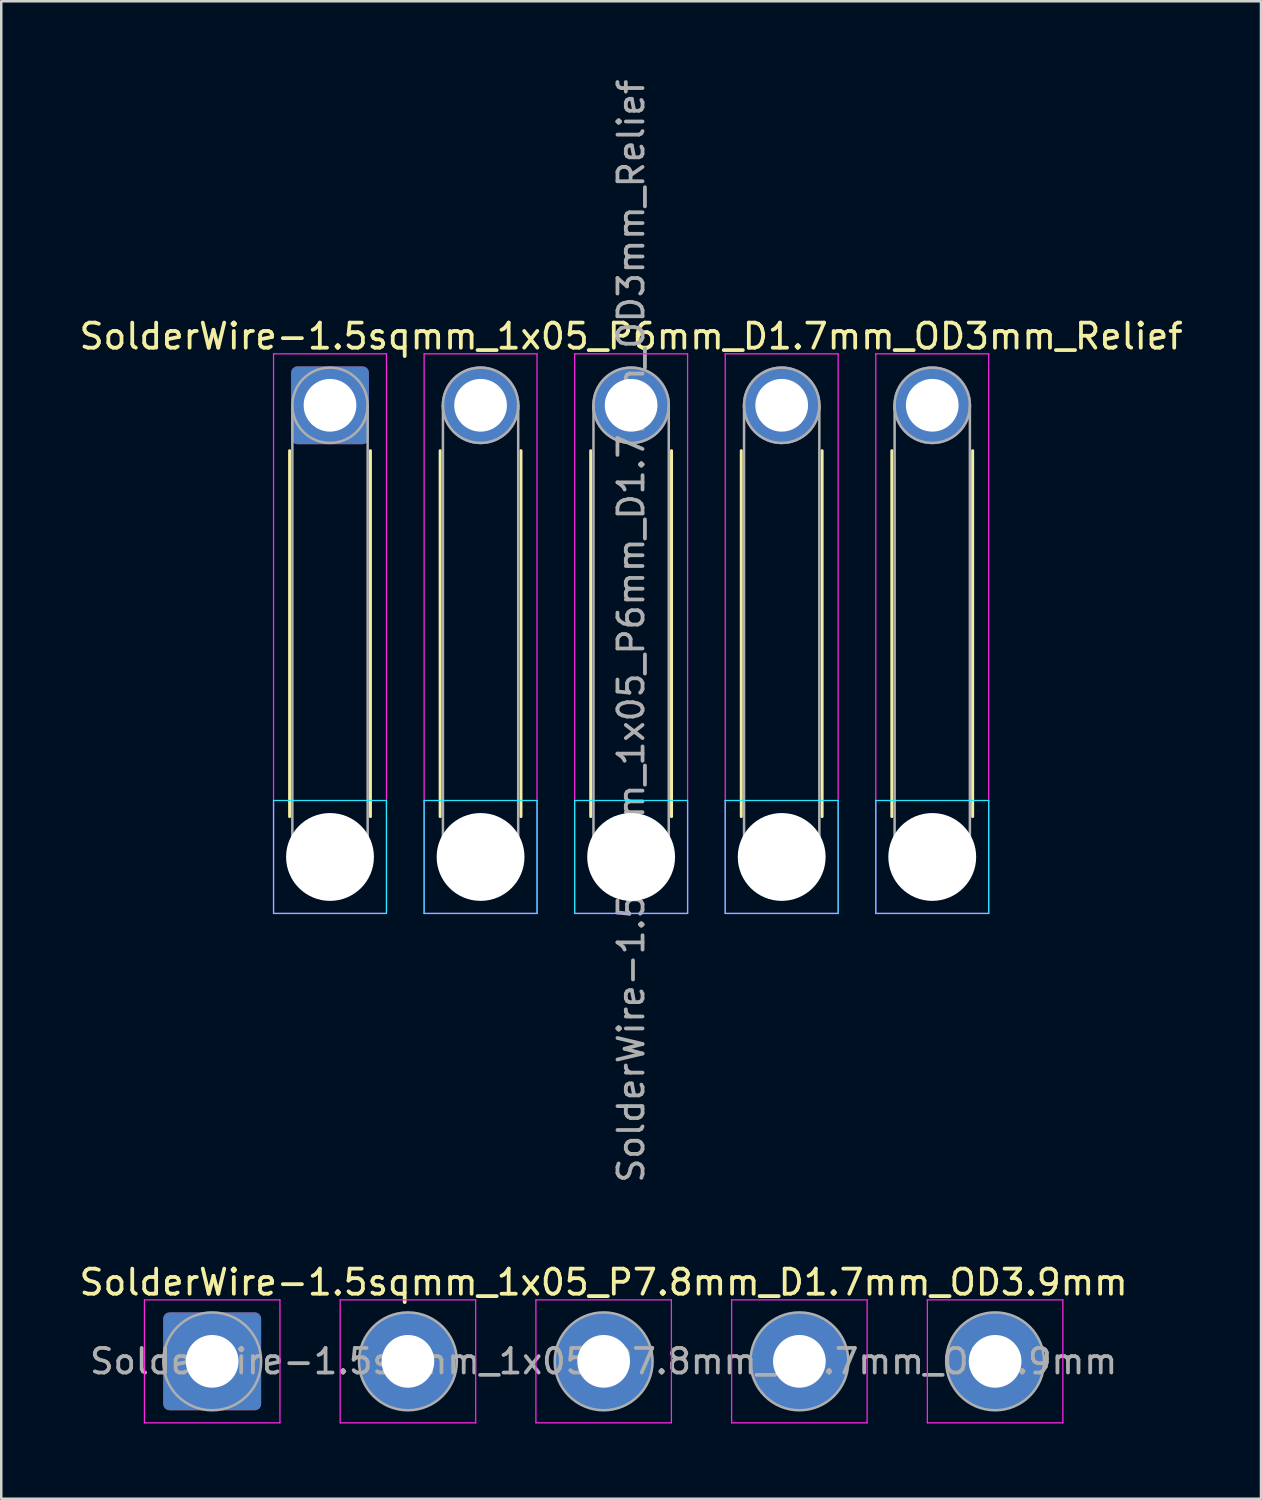
<source format=kicad_pcb>
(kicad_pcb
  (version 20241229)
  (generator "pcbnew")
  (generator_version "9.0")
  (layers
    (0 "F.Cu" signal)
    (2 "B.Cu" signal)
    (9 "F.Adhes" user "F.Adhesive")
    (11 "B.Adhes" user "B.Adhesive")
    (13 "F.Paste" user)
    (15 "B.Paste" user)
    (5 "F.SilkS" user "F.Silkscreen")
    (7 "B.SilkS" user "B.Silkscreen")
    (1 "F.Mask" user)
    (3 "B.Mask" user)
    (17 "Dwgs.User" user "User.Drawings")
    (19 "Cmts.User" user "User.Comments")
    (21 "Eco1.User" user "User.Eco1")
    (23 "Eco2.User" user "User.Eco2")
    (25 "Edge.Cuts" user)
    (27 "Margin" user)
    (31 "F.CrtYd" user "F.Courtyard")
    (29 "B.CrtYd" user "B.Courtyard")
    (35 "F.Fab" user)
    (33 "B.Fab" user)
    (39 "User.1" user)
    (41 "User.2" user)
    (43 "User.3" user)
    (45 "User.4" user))
  (footprint "SolderWire-1.5sqmm_1x05_P6mm_D1.7mm_OD3mm_Relief"
    (layer "F.Cu")
    (at 10.101 13.101)
    (property "Reference" "SolderWire-1.5sqmm_1x05_P6mm_D1.7mm_OD3mm_Relief" (at 12 -2.75 0) (layer "F.SilkS") (effects (font (size 1 1) (thickness 0.15))))
    (attr exclude_from_pos_files exclude_from_bom)
    (fp_line (start -1.61 1.81) (end -1.61 16.39) (stroke (width 0.12) (type solid)) (layer "F.SilkS"))
    (fp_line (start 1.61 1.81) (end 1.61 16.39) (stroke (width 0.12) (type solid)) (layer "F.SilkS"))
    (fp_line (start 4.39 1.81) (end 4.39 16.39) (stroke (width 0.12) (type solid)) (layer "F.SilkS"))
    (fp_line (start 7.61 1.81) (end 7.61 16.39) (stroke (width 0.12) (type solid)) (layer "F.SilkS"))
    (fp_line (start 10.39 1.81) (end 10.39 16.39) (stroke (width 0.12) (type solid)) (layer "F.SilkS"))
    (fp_line (start 13.61 1.81) (end 13.61 16.39) (stroke (width 0.12) (type solid)) (layer "F.SilkS"))
    (fp_line (start 16.39 1.81) (end 16.39 16.39) (stroke (width 0.12) (type solid)) (layer "F.SilkS"))
    (fp_line (start 19.61 1.81) (end 19.61 16.39) (stroke (width 0.12) (type solid)) (layer "F.SilkS"))
    (fp_line (start 22.39 1.81) (end 22.39 16.39) (stroke (width 0.12) (type solid)) (layer "F.SilkS"))
    (fp_line (start 25.61 1.81) (end 25.61 16.39) (stroke (width 0.12) (type solid)) (layer "F.SilkS"))
    (fp_line (start -2.25 15.75) (end -2.25 20.25) (stroke (width 0.05) (type solid)) (layer "B.CrtYd"))
    (fp_line (start -2.25 20.25) (end 2.25 20.25) (stroke (width 0.05) (type solid)) (layer "B.CrtYd"))
    (fp_line (start 2.25 15.75) (end -2.25 15.75) (stroke (width 0.05) (type solid)) (layer "B.CrtYd"))
    (fp_line (start 2.25 20.25) (end 2.25 15.75) (stroke (width 0.05) (type solid)) (layer "B.CrtYd"))
    (fp_line (start 3.75 15.75) (end 3.75 20.25) (stroke (width 0.05) (type solid)) (layer "B.CrtYd"))
    (fp_line (start 3.75 20.25) (end 8.25 20.25) (stroke (width 0.05) (type solid)) (layer "B.CrtYd"))
    (fp_line (start 8.25 15.75) (end 3.75 15.75) (stroke (width 0.05) (type solid)) (layer "B.CrtYd"))
    (fp_line (start 8.25 20.25) (end 8.25 15.75) (stroke (width 0.05) (type solid)) (layer "B.CrtYd"))
    (fp_line (start 9.75 15.75) (end 9.75 20.25) (stroke (width 0.05) (type solid)) (layer "B.CrtYd"))
    (fp_line (start 9.75 20.25) (end 14.25 20.25) (stroke (width 0.05) (type solid)) (layer "B.CrtYd"))
    (fp_line (start 14.25 15.75) (end 9.75 15.75) (stroke (width 0.05) (type solid)) (layer "B.CrtYd"))
    (fp_line (start 14.25 20.25) (end 14.25 15.75) (stroke (width 0.05) (type solid)) (layer "B.CrtYd"))
    (fp_line (start 15.75 15.75) (end 15.75 20.25) (stroke (width 0.05) (type solid)) (layer "B.CrtYd"))
    (fp_line (start 15.75 20.25) (end 20.25 20.25) (stroke (width 0.05) (type solid)) (layer "B.CrtYd"))
    (fp_line (start 20.25 15.75) (end 15.75 15.75) (stroke (width 0.05) (type solid)) (layer "B.CrtYd"))
    (fp_line (start 20.25 20.25) (end 20.25 15.75) (stroke (width 0.05) (type solid)) (layer "B.CrtYd"))
    (fp_line (start 21.75 15.75) (end 21.75 20.25) (stroke (width 0.05) (type solid)) (layer "B.CrtYd"))
    (fp_line (start 21.75 20.25) (end 26.25 20.25) (stroke (width 0.05) (type solid)) (layer "B.CrtYd"))
    (fp_line (start 26.25 15.75) (end 21.75 15.75) (stroke (width 0.05) (type solid)) (layer "B.CrtYd"))
    (fp_line (start 26.25 20.25) (end 26.25 15.75) (stroke (width 0.05) (type solid)) (layer "B.CrtYd"))
    (fp_line (start -2.25 -2.05) (end -2.25 20.25) (stroke (width 0.05) (type solid)) (layer "F.CrtYd"))
    (fp_line (start -2.25 20.25) (end 2.25 20.25) (stroke (width 0.05) (type solid)) (layer "F.CrtYd"))
    (fp_line (start 2.25 -2.05) (end -2.25 -2.05) (stroke (width 0.05) (type solid)) (layer "F.CrtYd"))
    (fp_line (start 2.25 20.25) (end 2.25 -2.05) (stroke (width 0.05) (type solid)) (layer "F.CrtYd"))
    (fp_line (start 3.75 -2.05) (end 3.75 20.25) (stroke (width 0.05) (type solid)) (layer "F.CrtYd"))
    (fp_line (start 3.75 20.25) (end 8.25 20.25) (stroke (width 0.05) (type solid)) (layer "F.CrtYd"))
    (fp_line (start 8.25 -2.05) (end 3.75 -2.05) (stroke (width 0.05) (type solid)) (layer "F.CrtYd"))
    (fp_line (start 8.25 20.25) (end 8.25 -2.05) (stroke (width 0.05) (type solid)) (layer "F.CrtYd"))
    (fp_line (start 9.75 -2.05) (end 9.75 20.25) (stroke (width 0.05) (type solid)) (layer "F.CrtYd"))
    (fp_line (start 9.75 20.25) (end 14.25 20.25) (stroke (width 0.05) (type solid)) (layer "F.CrtYd"))
    (fp_line (start 14.25 -2.05) (end 9.75 -2.05) (stroke (width 0.05) (type solid)) (layer "F.CrtYd"))
    (fp_line (start 14.25 20.25) (end 14.25 -2.05) (stroke (width 0.05) (type solid)) (layer "F.CrtYd"))
    (fp_line (start 15.75 -2.05) (end 15.75 20.25) (stroke (width 0.05) (type solid)) (layer "F.CrtYd"))
    (fp_line (start 15.75 20.25) (end 20.25 20.25) (stroke (width 0.05) (type solid)) (layer "F.CrtYd"))
    (fp_line (start 20.25 -2.05) (end 15.75 -2.05) (stroke (width 0.05) (type solid)) (layer "F.CrtYd"))
    (fp_line (start 20.25 20.25) (end 20.25 -2.05) (stroke (width 0.05) (type solid)) (layer "F.CrtYd"))
    (fp_line (start 21.75 -2.05) (end 21.75 20.25) (stroke (width 0.05) (type solid)) (layer "F.CrtYd"))
    (fp_line (start 21.75 20.25) (end 26.25 20.25) (stroke (width 0.05) (type solid)) (layer "F.CrtYd"))
    (fp_line (start 26.25 -2.05) (end 21.75 -2.05) (stroke (width 0.05) (type solid)) (layer "F.CrtYd"))
    (fp_line (start 26.25 20.25) (end 26.25 -2.05) (stroke (width 0.05) (type solid)) (layer "F.CrtYd"))
    (fp_line (start -1.5 0) (end -1.5 18) (stroke (width 0.1) (type solid)) (layer "F.Fab"))
    (fp_line (start 1.5 0) (end 1.5 18) (stroke (width 0.1) (type solid)) (layer "F.Fab"))
    (fp_line (start 4.5 0) (end 4.5 18) (stroke (width 0.1) (type solid)) (layer "F.Fab"))
    (fp_line (start 7.5 0) (end 7.5 18) (stroke (width 0.1) (type solid)) (layer "F.Fab"))
    (fp_line (start 10.5 0) (end 10.5 18) (stroke (width 0.1) (type solid)) (layer "F.Fab"))
    (fp_line (start 13.5 0) (end 13.5 18) (stroke (width 0.1) (type solid)) (layer "F.Fab"))
    (fp_line (start 16.5 0) (end 16.5 18) (stroke (width 0.1) (type solid)) (layer "F.Fab"))
    (fp_line (start 19.5 0) (end 19.5 18) (stroke (width 0.1) (type solid)) (layer "F.Fab"))
    (fp_line (start 22.5 0) (end 22.5 18) (stroke (width 0.1) (type solid)) (layer "F.Fab"))
    (fp_line (start 25.5 0) (end 25.5 18) (stroke (width 0.1) (type solid)) (layer "F.Fab"))
    (fp_circle (center 0 0) (end 1.5 0) (stroke (width 0.1) (type solid)) (fill no) (layer "F.Fab"))
    (fp_circle (center 0 18) (end 1.5 18) (stroke (width 0.1) (type solid)) (fill no) (layer "F.Fab"))
    (fp_circle (center 6 0) (end 7.5 0) (stroke (width 0.1) (type solid)) (fill no) (layer "F.Fab"))
    (fp_circle (center 6 18) (end 7.5 18) (stroke (width 0.1) (type solid)) (fill no) (layer "F.Fab"))
    (fp_circle (center 12 0) (end 13.5 0) (stroke (width 0.1) (type solid)) (fill no) (layer "F.Fab"))
    (fp_circle (center 12 18) (end 13.5 18) (stroke (width 0.1) (type solid)) (fill no) (layer "F.Fab"))
    (fp_circle (center 18 0) (end 19.5 0) (stroke (width 0.1) (type solid)) (fill no) (layer "F.Fab"))
    (fp_circle (center 18 18) (end 19.5 18) (stroke (width 0.1) (type solid)) (fill no) (layer "F.Fab"))
    (fp_circle (center 24 0) (end 25.5 0) (stroke (width 0.1) (type solid)) (fill no) (layer "F.Fab"))
    (fp_circle (center 24 18) (end 25.5 18) (stroke (width 0.1) (type solid)) (fill no) (layer "F.Fab"))
    (fp_text user "${REFERENCE}" (at 12 9 90) (layer "F.Fab") (effects (font (size 1 1) (thickness 0.15))))
    (pad "" np_thru_hole circle (at 0 18) (size 3.5 3.5) (drill 3.5) (layers "*.Cu" "*.Mask"))
    (pad "" np_thru_hole circle (at 6 18) (size 3.5 3.5) (drill 3.5) (layers "*.Cu" "*.Mask"))
    (pad "" np_thru_hole circle (at 12 18) (size 3.5 3.5) (drill 3.5) (layers "*.Cu" "*.Mask"))
    (pad "" np_thru_hole circle (at 18 18) (size 3.5 3.5) (drill 3.5) (layers "*.Cu" "*.Mask"))
    (pad "" np_thru_hole circle (at 24 18) (size 3.5 3.5) (drill 3.5) (layers "*.Cu" "*.Mask"))
    (pad "1" thru_hole roundrect (at 0 0) (size 3.1 3.1) (drill 2.1) (layers "*.Cu" "*.Mask") (roundrect_rratio 0.081))
    (pad "2" thru_hole circle (at 6 0) (size 3.1 3.1) (drill 2.1) (layers "*.Cu" "*.Mask"))
    (pad "3" thru_hole circle (at 12 0) (size 3.1 3.1) (drill 2.1) (layers "*.Cu" "*.Mask"))
    (pad "4" thru_hole circle (at 18 0) (size 3.1 3.1) (drill 2.1) (layers "*.Cu" "*.Mask"))
    (pad "5" thru_hole circle (at 24 0) (size 3.1 3.1) (drill 2.1) (layers "*.Cu" "*.Mask")))
  (footprint "SolderWire-1.5sqmm_1x05_P7.8mm_D1.7mm_OD3.9mm"
    (layer "F.Cu")
    (at 5.406 51.201)
    (property "Reference" "SolderWire-1.5sqmm_1x05_P7.8mm_D1.7mm_OD3.9mm" (at 15.6 -3.15 0) (layer "F.SilkS") (effects (font (size 1 1) (thickness 0.15))))
    (attr exclude_from_pos_files exclude_from_bom)
    (fp_line (start -2.7 -2.45) (end -2.7 2.45) (stroke (width 0.05) (type solid)) (layer "F.CrtYd"))
    (fp_line (start -2.7 2.45) (end 2.7 2.45) (stroke (width 0.05) (type solid)) (layer "F.CrtYd"))
    (fp_line (start 2.7 -2.45) (end -2.7 -2.45) (stroke (width 0.05) (type solid)) (layer "F.CrtYd"))
    (fp_line (start 2.7 2.45) (end 2.7 -2.45) (stroke (width 0.05) (type solid)) (layer "F.CrtYd"))
    (fp_line (start 5.1 -2.45) (end 5.1 2.45) (stroke (width 0.05) (type solid)) (layer "F.CrtYd"))
    (fp_line (start 5.1 2.45) (end 10.5 2.45) (stroke (width 0.05) (type solid)) (layer "F.CrtYd"))
    (fp_line (start 10.5 -2.45) (end 5.1 -2.45) (stroke (width 0.05) (type solid)) (layer "F.CrtYd"))
    (fp_line (start 10.5 2.45) (end 10.5 -2.45) (stroke (width 0.05) (type solid)) (layer "F.CrtYd"))
    (fp_line (start 12.9 -2.45) (end 12.9 2.45) (stroke (width 0.05) (type solid)) (layer "F.CrtYd"))
    (fp_line (start 12.9 2.45) (end 18.3 2.45) (stroke (width 0.05) (type solid)) (layer "F.CrtYd"))
    (fp_line (start 18.3 -2.45) (end 12.9 -2.45) (stroke (width 0.05) (type solid)) (layer "F.CrtYd"))
    (fp_line (start 18.3 2.45) (end 18.3 -2.45) (stroke (width 0.05) (type solid)) (layer "F.CrtYd"))
    (fp_line (start 20.7 -2.45) (end 20.7 2.45) (stroke (width 0.05) (type solid)) (layer "F.CrtYd"))
    (fp_line (start 20.7 2.45) (end 26.1 2.45) (stroke (width 0.05) (type solid)) (layer "F.CrtYd"))
    (fp_line (start 26.1 -2.45) (end 20.7 -2.45) (stroke (width 0.05) (type solid)) (layer "F.CrtYd"))
    (fp_line (start 26.1 2.45) (end 26.1 -2.45) (stroke (width 0.05) (type solid)) (layer "F.CrtYd"))
    (fp_line (start 28.5 -2.45) (end 28.5 2.45) (stroke (width 0.05) (type solid)) (layer "F.CrtYd"))
    (fp_line (start 28.5 2.45) (end 33.9 2.45) (stroke (width 0.05) (type solid)) (layer "F.CrtYd"))
    (fp_line (start 33.9 -2.45) (end 28.5 -2.45) (stroke (width 0.05) (type solid)) (layer "F.CrtYd"))
    (fp_line (start 33.9 2.45) (end 33.9 -2.45) (stroke (width 0.05) (type solid)) (layer "F.CrtYd"))
    (fp_circle (center 0 0) (end 1.95 0) (stroke (width 0.1) (type solid)) (fill no) (layer "F.Fab"))
    (fp_circle (center 7.8 0) (end 9.75 0) (stroke (width 0.1) (type solid)) (fill no) (layer "F.Fab"))
    (fp_circle (center 15.6 0) (end 17.55 0) (stroke (width 0.1) (type solid)) (fill no) (layer "F.Fab"))
    (fp_circle (center 23.4 0) (end 25.35 0) (stroke (width 0.1) (type solid)) (fill no) (layer "F.Fab"))
    (fp_circle (center 31.2 0) (end 33.15 0) (stroke (width 0.1) (type solid)) (fill no) (layer "F.Fab"))
    (fp_text user "${REFERENCE}" (at 15.6 0 0) (layer "F.Fab") (effects (font (size 0.98 0.98) (thickness 0.15))))
    (pad "1" thru_hole roundrect (at 0 0) (size 3.9 3.9) (drill 2.1) (layers "*.Cu" "*.Mask") (roundrect_rratio 0.064))
    (pad "2" thru_hole circle (at 7.8 0) (size 3.9 3.9) (drill 2.1) (layers "*.Cu" "*.Mask"))
    (pad "3" thru_hole circle (at 15.6 0) (size 3.9 3.9) (drill 2.1) (layers "*.Cu" "*.Mask"))
    (pad "4" thru_hole circle (at 23.4 0) (size 3.9 3.9) (drill 2.1) (layers "*.Cu" "*.Mask"))
    (pad "5" thru_hole circle (at 31.2 0) (size 3.9 3.9) (drill 2.1) (layers "*.Cu" "*.Mask")))
  (gr_rect
    (start -3 -3)
    (end 47.202 56.676)
    (stroke (width 0.1) (type default))
    (fill no)
    (layer "Edge.Cuts")))
</source>
